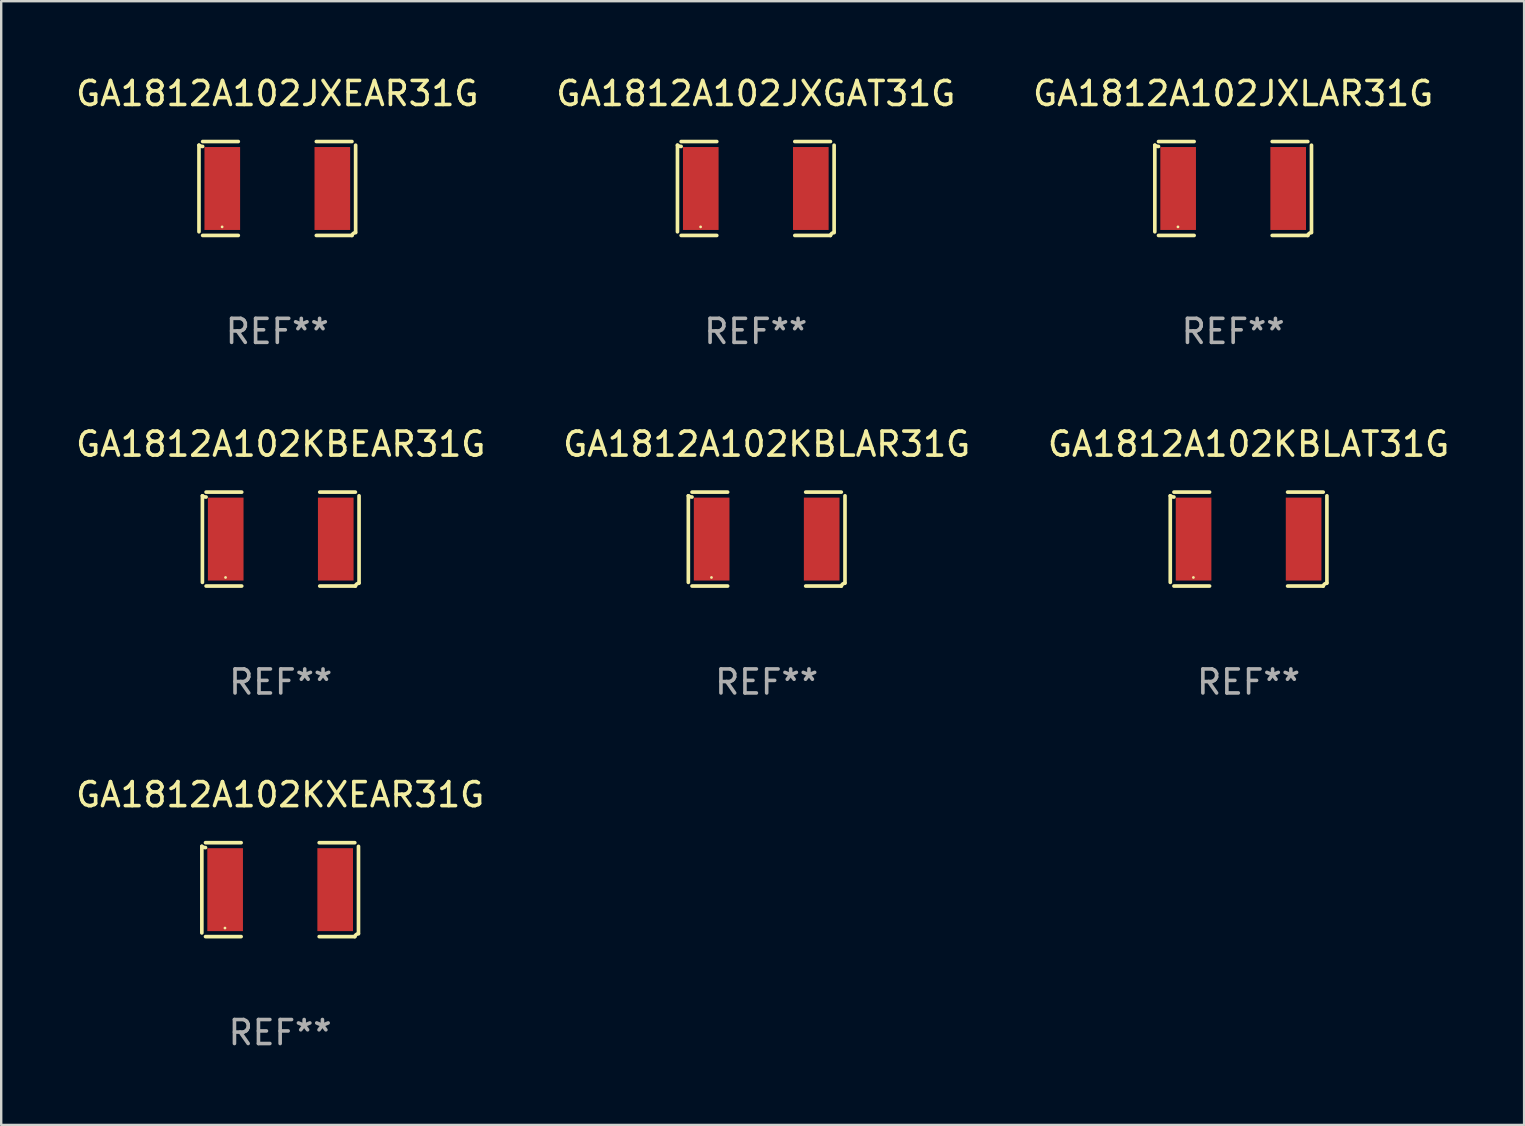
<source format=kicad_pcb>
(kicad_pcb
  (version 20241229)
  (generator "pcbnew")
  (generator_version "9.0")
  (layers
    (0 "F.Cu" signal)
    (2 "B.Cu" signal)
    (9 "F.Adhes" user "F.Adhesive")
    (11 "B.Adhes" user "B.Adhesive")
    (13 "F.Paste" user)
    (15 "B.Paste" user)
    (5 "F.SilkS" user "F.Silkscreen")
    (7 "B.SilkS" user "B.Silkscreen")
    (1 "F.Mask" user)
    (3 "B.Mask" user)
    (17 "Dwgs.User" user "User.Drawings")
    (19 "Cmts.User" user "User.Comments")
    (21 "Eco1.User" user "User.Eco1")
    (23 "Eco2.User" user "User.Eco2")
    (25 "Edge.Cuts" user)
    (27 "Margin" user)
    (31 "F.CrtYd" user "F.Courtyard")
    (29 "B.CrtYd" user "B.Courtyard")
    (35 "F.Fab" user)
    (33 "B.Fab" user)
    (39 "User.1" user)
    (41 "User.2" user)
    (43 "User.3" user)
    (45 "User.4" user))
  (footprint "GA1812A102KBLAR31G"
    (layer "F.Cu")
    (at 28.899 19.415)
    (property "Reference" "GA1812A102KBLAR31G" (at 0 -3.957 0) (layer "F.SilkS") (effects (font (size 1 1) (thickness 0.15))))
    (attr through_hole)
    (fp_line (start -3.264 1.804) (end -3.264 -1.804) (stroke (width 0.152) (type solid)) (layer "F.SilkS"))
    (fp_line (start -3.111 -1.957) (end -1.626 -1.957) (stroke (width 0.152) (type solid)) (layer "F.SilkS"))
    (fp_line (start -1.626 1.957) (end -3.111 1.957) (stroke (width 0.152) (type solid)) (layer "F.SilkS"))
    (fp_line (start 1.626 1.957) (end 3.111 1.957) (stroke (width 0.152) (type solid)) (layer "F.SilkS"))
    (fp_line (start 3.111 -1.957) (end 1.626 -1.957) (stroke (width 0.152) (type solid)) (layer "F.SilkS"))
    (fp_line (start 3.264 1.804) (end 3.264 -1.804) (stroke (width 0.152) (type solid)) (layer "F.SilkS"))
    (fp_arc (start -3.111202 -1.752192) (mid -3.191715 -1.76555) (end -3.263602 -1.804191) (stroke (width 0.1524) (type solid)) (layer "F.SilkS"))
    (fp_arc (start 3.111201 1.956591) (mid 3.167789 1.872777) (end 3.263602 1.840424) (stroke (width 0.1524) (type solid)) (layer "F.SilkS"))
    (fp_circle (center -2.3 1.6) (end -2.27 1.6) (stroke (width 0.06) (type solid)) (fill no) (layer "F.SilkS"))
    (fp_text user "REF**" (at 0 5.957 0) (layer "F.Fab") (effects (font (size 1 1) (thickness 0.15))))
    (pad "1" smd rect (at -2.293 0) (size 1.485 3.456) (layers "F.Cu" "F.Mask" "F.Paste"))
    (pad "2" smd rect (at 2.293 0) (size 1.485 3.456) (layers "F.Cu" "F.Mask" "F.Paste")))
  (footprint "GA1812A102KBLAT31G"
    (layer "F.Cu")
    (at 48.982 19.415)
    (property "Reference" "GA1812A102KBLAT31G" (at 0 -3.957 0) (layer "F.SilkS") (effects (font (size 1 1) (thickness 0.15))))
    (attr through_hole)
    (fp_line (start -3.264 1.804) (end -3.264 -1.804) (stroke (width 0.152) (type solid)) (layer "F.SilkS"))
    (fp_line (start -3.111 -1.957) (end -1.626 -1.957) (stroke (width 0.152) (type solid)) (layer "F.SilkS"))
    (fp_line (start -1.626 1.957) (end -3.111 1.957) (stroke (width 0.152) (type solid)) (layer "F.SilkS"))
    (fp_line (start 1.626 1.957) (end 3.111 1.957) (stroke (width 0.152) (type solid)) (layer "F.SilkS"))
    (fp_line (start 3.111 -1.957) (end 1.626 -1.957) (stroke (width 0.152) (type solid)) (layer "F.SilkS"))
    (fp_line (start 3.264 1.804) (end 3.264 -1.804) (stroke (width 0.152) (type solid)) (layer "F.SilkS"))
    (fp_arc (start -3.111202 -1.752192) (mid -3.191715 -1.76555) (end -3.263602 -1.804191) (stroke (width 0.1524) (type solid)) (layer "F.SilkS"))
    (fp_arc (start 3.111201 1.956591) (mid 3.167789 1.872777) (end 3.263602 1.840424) (stroke (width 0.1524) (type solid)) (layer "F.SilkS"))
    (fp_circle (center -2.3 1.6) (end -2.27 1.6) (stroke (width 0.06) (type solid)) (fill no) (layer "F.SilkS"))
    (fp_text user "REF**" (at 0 5.957 0) (layer "F.Fab") (effects (font (size 1 1) (thickness 0.15))))
    (pad "1" smd rect (at -2.293 0) (size 1.485 3.456) (layers "F.Cu" "F.Mask" "F.Paste"))
    (pad "2" smd rect (at 2.293 0) (size 1.485 3.456) (layers "F.Cu" "F.Mask" "F.Paste")))
  (footprint "GA1812A102JXGAT31G"
    (layer "F.Cu")
    (at 28.446 4.805)
    (property "Reference" "GA1812A102JXGAT31G" (at 0 -3.957 0) (layer "F.SilkS") (effects (font (size 1 1) (thickness 0.15))))
    (attr through_hole)
    (fp_line (start -3.264 1.804) (end -3.264 -1.804) (stroke (width 0.152) (type solid)) (layer "F.SilkS"))
    (fp_line (start -3.111 -1.957) (end -1.626 -1.957) (stroke (width 0.152) (type solid)) (layer "F.SilkS"))
    (fp_line (start -1.626 1.957) (end -3.111 1.957) (stroke (width 0.152) (type solid)) (layer "F.SilkS"))
    (fp_line (start 1.626 1.957) (end 3.111 1.957) (stroke (width 0.152) (type solid)) (layer "F.SilkS"))
    (fp_line (start 3.111 -1.957) (end 1.626 -1.957) (stroke (width 0.152) (type solid)) (layer "F.SilkS"))
    (fp_line (start 3.264 1.804) (end 3.264 -1.804) (stroke (width 0.152) (type solid)) (layer "F.SilkS"))
    (fp_arc (start -3.111202 -1.752192) (mid -3.191715 -1.76555) (end -3.263602 -1.804191) (stroke (width 0.1524) (type solid)) (layer "F.SilkS"))
    (fp_arc (start 3.111201 1.956591) (mid 3.167789 1.872777) (end 3.263602 1.840424) (stroke (width 0.1524) (type solid)) (layer "F.SilkS"))
    (fp_circle (center -2.3 1.6) (end -2.27 1.6) (stroke (width 0.06) (type solid)) (fill no) (layer "F.SilkS"))
    (fp_text user "REF**" (at 0 5.957 0) (layer "F.Fab") (effects (font (size 1 1) (thickness 0.15))))
    (pad "1" smd rect (at -2.293 0) (size 1.485 3.456) (layers "F.Cu" "F.Mask" "F.Paste"))
    (pad "2" smd rect (at 2.293 0) (size 1.485 3.456) (layers "F.Cu" "F.Mask" "F.Paste")))
  (footprint "GA1812A102JXEAR31G"
    (layer "F.Cu")
    (at 8.506 4.805)
    (property "Reference" "GA1812A102JXEAR31G" (at 0 -3.957 0) (layer "F.SilkS") (effects (font (size 1 1) (thickness 0.15))))
    (attr through_hole)
    (fp_line (start -3.264 1.804) (end -3.264 -1.804) (stroke (width 0.152) (type solid)) (layer "F.SilkS"))
    (fp_line (start -3.111 -1.957) (end -1.626 -1.957) (stroke (width 0.152) (type solid)) (layer "F.SilkS"))
    (fp_line (start -1.626 1.957) (end -3.111 1.957) (stroke (width 0.152) (type solid)) (layer "F.SilkS"))
    (fp_line (start 1.626 1.957) (end 3.111 1.957) (stroke (width 0.152) (type solid)) (layer "F.SilkS"))
    (fp_line (start 3.111 -1.957) (end 1.626 -1.957) (stroke (width 0.152) (type solid)) (layer "F.SilkS"))
    (fp_line (start 3.264 1.804) (end 3.264 -1.804) (stroke (width 0.152) (type solid)) (layer "F.SilkS"))
    (fp_arc (start -3.111202 -1.752192) (mid -3.191715 -1.76555) (end -3.263602 -1.804191) (stroke (width 0.1524) (type solid)) (layer "F.SilkS"))
    (fp_arc (start 3.111201 1.956591) (mid 3.167789 1.872777) (end 3.263602 1.840424) (stroke (width 0.1524) (type solid)) (layer "F.SilkS"))
    (fp_circle (center -2.3 1.6) (end -2.27 1.6) (stroke (width 0.06) (type solid)) (fill no) (layer "F.SilkS"))
    (fp_text user "REF**" (at 0 5.957 0) (layer "F.Fab") (effects (font (size 1 1) (thickness 0.15))))
    (pad "1" smd rect (at -2.293 0) (size 1.485 3.456) (layers "F.Cu" "F.Mask" "F.Paste"))
    (pad "2" smd rect (at 2.293 0) (size 1.485 3.456) (layers "F.Cu" "F.Mask" "F.Paste")))
  (footprint "GA1812A102KXEAR31G"
    (layer "F.Cu")
    (at 8.625 34.024)
    (property "Reference" "GA1812A102KXEAR31G" (at 0 -3.957 0) (layer "F.SilkS") (effects (font (size 1 1) (thickness 0.15))))
    (attr through_hole)
    (fp_line (start -3.264 1.804) (end -3.264 -1.804) (stroke (width 0.152) (type solid)) (layer "F.SilkS"))
    (fp_line (start -3.111 -1.957) (end -1.626 -1.957) (stroke (width 0.152) (type solid)) (layer "F.SilkS"))
    (fp_line (start -1.626 1.957) (end -3.111 1.957) (stroke (width 0.152) (type solid)) (layer "F.SilkS"))
    (fp_line (start 1.626 1.957) (end 3.111 1.957) (stroke (width 0.152) (type solid)) (layer "F.SilkS"))
    (fp_line (start 3.111 -1.957) (end 1.626 -1.957) (stroke (width 0.152) (type solid)) (layer "F.SilkS"))
    (fp_line (start 3.264 1.804) (end 3.264 -1.804) (stroke (width 0.152) (type solid)) (layer "F.SilkS"))
    (fp_arc (start -3.111202 -1.752192) (mid -3.191715 -1.76555) (end -3.263602 -1.804191) (stroke (width 0.1524) (type solid)) (layer "F.SilkS"))
    (fp_arc (start 3.111201 1.956591) (mid 3.167789 1.872777) (end 3.263602 1.840424) (stroke (width 0.1524) (type solid)) (layer "F.SilkS"))
    (fp_circle (center -2.3 1.6) (end -2.27 1.6) (stroke (width 0.06) (type solid)) (fill no) (layer "F.SilkS"))
    (fp_text user "REF**" (at 0 5.957 0) (layer "F.Fab") (effects (font (size 1 1) (thickness 0.15))))
    (pad "1" smd rect (at -2.293 0) (size 1.485 3.456) (layers "F.Cu" "F.Mask" "F.Paste"))
    (pad "2" smd rect (at 2.293 0) (size 1.485 3.456) (layers "F.Cu" "F.Mask" "F.Paste")))
  (footprint "GA1812A102KBEAR31G"
    (layer "F.Cu")
    (at 8.649 19.415)
    (property "Reference" "GA1812A102KBEAR31G" (at 0 -3.957 0) (layer "F.SilkS") (effects (font (size 1 1) (thickness 0.15))))
    (attr through_hole)
    (fp_line (start -3.264 1.804) (end -3.264 -1.804) (stroke (width 0.152) (type solid)) (layer "F.SilkS"))
    (fp_line (start -3.111 -1.957) (end -1.626 -1.957) (stroke (width 0.152) (type solid)) (layer "F.SilkS"))
    (fp_line (start -1.626 1.957) (end -3.111 1.957) (stroke (width 0.152) (type solid)) (layer "F.SilkS"))
    (fp_line (start 1.626 1.957) (end 3.111 1.957) (stroke (width 0.152) (type solid)) (layer "F.SilkS"))
    (fp_line (start 3.111 -1.957) (end 1.626 -1.957) (stroke (width 0.152) (type solid)) (layer "F.SilkS"))
    (fp_line (start 3.264 1.804) (end 3.264 -1.804) (stroke (width 0.152) (type solid)) (layer "F.SilkS"))
    (fp_arc (start -3.111202 -1.752192) (mid -3.191715 -1.76555) (end -3.263602 -1.804191) (stroke (width 0.1524) (type solid)) (layer "F.SilkS"))
    (fp_arc (start 3.111201 1.956591) (mid 3.167789 1.872777) (end 3.263602 1.840424) (stroke (width 0.1524) (type solid)) (layer "F.SilkS"))
    (fp_circle (center -2.3 1.6) (end -2.27 1.6) (stroke (width 0.06) (type solid)) (fill no) (layer "F.SilkS"))
    (fp_text user "REF**" (at 0 5.957 0) (layer "F.Fab") (effects (font (size 1 1) (thickness 0.15))))
    (pad "1" smd rect (at -2.293 0) (size 1.485 3.456) (layers "F.Cu" "F.Mask" "F.Paste"))
    (pad "2" smd rect (at 2.293 0) (size 1.485 3.456) (layers "F.Cu" "F.Mask" "F.Paste")))
  (footprint "GA1812A102JXLAR31G"
    (layer "F.Cu")
    (at 48.339 4.805)
    (property "Reference" "GA1812A102JXLAR31G" (at 0 -3.957 0) (layer "F.SilkS") (effects (font (size 1 1) (thickness 0.15))))
    (attr through_hole)
    (fp_line (start -3.264 1.804) (end -3.264 -1.804) (stroke (width 0.152) (type solid)) (layer "F.SilkS"))
    (fp_line (start -3.111 -1.957) (end -1.626 -1.957) (stroke (width 0.152) (type solid)) (layer "F.SilkS"))
    (fp_line (start -1.626 1.957) (end -3.111 1.957) (stroke (width 0.152) (type solid)) (layer "F.SilkS"))
    (fp_line (start 1.626 1.957) (end 3.111 1.957) (stroke (width 0.152) (type solid)) (layer "F.SilkS"))
    (fp_line (start 3.111 -1.957) (end 1.626 -1.957) (stroke (width 0.152) (type solid)) (layer "F.SilkS"))
    (fp_line (start 3.264 1.804) (end 3.264 -1.804) (stroke (width 0.152) (type solid)) (layer "F.SilkS"))
    (fp_arc (start -3.111202 -1.752192) (mid -3.191715 -1.76555) (end -3.263602 -1.804191) (stroke (width 0.1524) (type solid)) (layer "F.SilkS"))
    (fp_arc (start 3.111201 1.956591) (mid 3.167789 1.872777) (end 3.263602 1.840424) (stroke (width 0.1524) (type solid)) (layer "F.SilkS"))
    (fp_circle (center -2.3 1.6) (end -2.27 1.6) (stroke (width 0.06) (type solid)) (fill no) (layer "F.SilkS"))
    (fp_text user "REF**" (at 0 5.957 0) (layer "F.Fab") (effects (font (size 1 1) (thickness 0.15))))
    (pad "1" smd rect (at -2.293 0) (size 1.485 3.456) (layers "F.Cu" "F.Mask" "F.Paste"))
    (pad "2" smd rect (at 2.293 0) (size 1.485 3.456) (layers "F.Cu" "F.Mask" "F.Paste")))
  (gr_rect
    (start -3 -3)
    (end 60.464 43.829)
    (stroke (width 0.1) (type default))
    (fill no)
    (layer "Edge.Cuts")))
</source>
